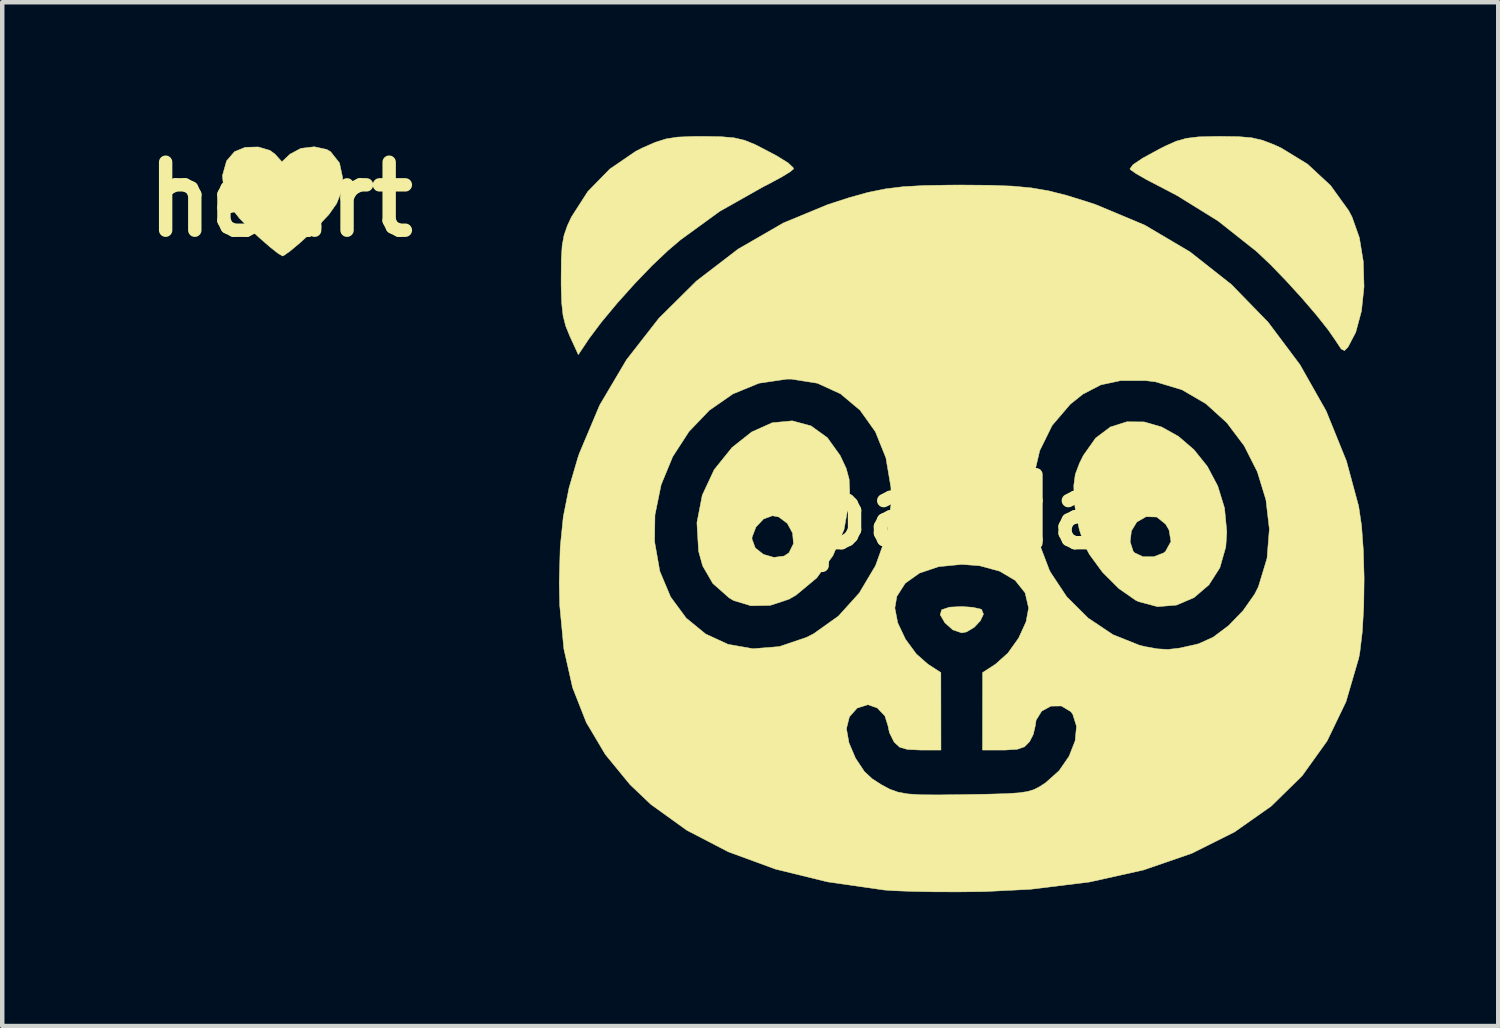
<source format=kicad_pcb>
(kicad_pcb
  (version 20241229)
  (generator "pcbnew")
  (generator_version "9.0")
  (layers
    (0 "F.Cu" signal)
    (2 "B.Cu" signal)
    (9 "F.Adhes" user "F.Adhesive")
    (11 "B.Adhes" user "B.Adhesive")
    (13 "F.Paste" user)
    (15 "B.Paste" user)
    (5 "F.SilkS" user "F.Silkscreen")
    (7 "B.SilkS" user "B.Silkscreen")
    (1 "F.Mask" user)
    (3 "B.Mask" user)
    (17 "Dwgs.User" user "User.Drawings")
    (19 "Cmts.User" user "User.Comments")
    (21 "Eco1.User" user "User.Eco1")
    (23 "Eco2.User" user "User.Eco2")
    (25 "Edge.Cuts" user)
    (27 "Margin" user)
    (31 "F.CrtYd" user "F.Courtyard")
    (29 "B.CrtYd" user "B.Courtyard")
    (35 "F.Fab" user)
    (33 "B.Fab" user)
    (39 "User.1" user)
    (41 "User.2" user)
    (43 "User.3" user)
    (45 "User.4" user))
  (footprint "heart"
    (layer "F.Cu")
    (at 3.237 1.418)
    (property "Reference" "heart" (at 0 0 0) (layer "F.SilkS") (effects (font (size 1.524 1.524) (thickness 0.3))))
    (attr through_hole)
    (fp_poly (pts (xy 1.034 -1.12) (xy 1.119 -1.07) (xy 1.319 -0.817) (xy 1.391 -0.475) (xy 1.348 -0.14) (xy 1.254 0.092) (xy 1.082 0.337) (xy 0.806 0.629) (xy 0.69 0.739) (xy 0.433 0.972) (xy 0.217 1.153) (xy 0.075 1.254) (xy 0.042 1.267) (xy -0.053 1.212) (xy -0.238 1.066) (xy -0.48 0.855) (xy -0.606 0.739) (xy -0.921 0.424) (xy -1.124 0.168) (xy -1.24 -0.064) (xy -1.263 -0.14) (xy -1.304 -0.533) (xy -1.211 -0.863) (xy -1.034 -1.07) (xy -0.793 -1.168) (xy -0.502 -1.176) (xy -0.238 -1.098) (xy -0.126 -1.015) (xy 0.029 -0.844) (xy 0.21 -1.015) (xy 0.452 -1.144) (xy 0.754 -1.18) (xy 1.034 -1.12)) (stroke (width 0.01) (type solid)) (fill yes) (layer "F.SilkS")))
  (footprint "panda"
    (layer "F.Cu")
    (at 18.453 8.419)
    (property "Reference" "panda" (at 0 0 0) (layer "F.SilkS") (effects (font (size 1.524 1.524) (thickness 0.3))))
    (attr through_hole)
    (fp_poly (pts (xy 0.287 2.136) (xy 0.465 2.176) (xy 0.489 2.188) (xy 0.529 2.291) (xy 0.46 2.438) (xy 0.322 2.585) (xy 0.152 2.687) (xy 0.042 2.709) (xy -0.158 2.641) (xy -0.335 2.483) (xy -0.439 2.305) (xy -0.408 2.192) (xy -0.231 2.133) (xy 0.042 2.119) (xy 0.287 2.136)) (stroke (width 0.01) (type solid)) (fill yes) (layer "F.SilkS"))
    (fp_poly (pts (xy 6.244 -8.408) (xy 6.538 -8.383) (xy 6.782 -8.326) (xy 7.037 -8.228) (xy 7.197 -8.155) (xy 7.788 -7.794) (xy 8.306 -7.313) (xy 8.709 -6.754) (xy 8.787 -6.607) (xy 8.951 -6.144) (xy 9.039 -5.608) (xy 9.055 -5.045) (xy 8.998 -4.502) (xy 8.87 -4.026) (xy 8.696 -3.693) (xy 8.618 -3.615) (xy 8.545 -3.649) (xy 8.435 -3.814) (xy 8.433 -3.819) (xy 8.255 -4.076) (xy 7.987 -4.414) (xy 7.66 -4.795) (xy 7.307 -5.182) (xy 6.96 -5.541) (xy 6.651 -5.833) (xy 6.637 -5.845) (xy 5.785 -6.519) (xy 4.869 -7.087) (xy 4.489 -7.286) (xy 4.188 -7.442) (xy 3.956 -7.575) (xy 3.826 -7.665) (xy 3.81 -7.686) (xy 3.881 -7.781) (xy 4.098 -7.927) (xy 4.467 -8.128) (xy 4.614 -8.202) (xy 4.848 -8.306) (xy 5.074 -8.37) (xy 5.347 -8.403) (xy 5.721 -8.413) (xy 5.842 -8.414) (xy 6.244 -8.408)) (stroke (width 0.01) (type solid)) (fill yes) (layer "F.SilkS"))
    (fp_poly (pts (xy -5.348 -8.407) (xy -5.054 -8.381) (xy -4.821 -8.326) (xy -4.594 -8.234) (xy -4.53 -8.202) (xy -4.113 -7.984) (xy -3.849 -7.821) (xy -3.732 -7.711) (xy -3.725 -7.686) (xy -3.796 -7.624) (xy -3.985 -7.508) (xy -4.258 -7.36) (xy -4.404 -7.286) (xy -5.379 -6.735) (xy -6.259 -6.095) (xy -6.541 -5.855) (xy -6.892 -5.523) (xy -7.284 -5.115) (xy -7.677 -4.677) (xy -8.029 -4.254) (xy -8.3 -3.893) (xy -8.324 -3.857) (xy -8.547 -3.524) (xy -8.739 -3.942) (xy -8.831 -4.169) (xy -8.889 -4.401) (xy -8.92 -4.686) (xy -8.932 -5.074) (xy -8.932 -5.249) (xy -8.928 -5.669) (xy -8.909 -5.97) (xy -8.866 -6.201) (xy -8.792 -6.413) (xy -8.702 -6.607) (xy -8.334 -7.179) (xy -7.841 -7.683) (xy -7.264 -8.078) (xy -7.112 -8.155) (xy -6.827 -8.28) (xy -6.584 -8.357) (xy -6.325 -8.398) (xy -5.987 -8.412) (xy -5.757 -8.414) (xy -5.348 -8.407)) (stroke (width 0.01) (type solid)) (fill yes) (layer "F.SilkS"))
    (fp_poly (pts (xy -3.335 -1.928) (xy -2.968 -1.664) (xy -2.681 -1.264) (xy -2.546 -0.977) (xy -2.48 -0.735) (xy -2.468 -0.456) (xy -2.478 -0.253) (xy -2.594 0.393) (xy -2.843 0.979) (xy -3.207 1.479) (xy -3.67 1.864) (xy -3.828 1.955) (xy -4.246 2.093) (xy -4.678 2.102) (xy -5.069 1.984) (xy -5.166 1.926) (xy -5.534 1.602) (xy -5.762 1.208) (xy -5.853 0.878) (xy -5.869 0.605) (xy -4.657 0.605) (xy -4.583 0.806) (xy -4.401 0.95) (xy -4.167 1.018) (xy -3.937 0.988) (xy -3.827 0.914) (xy -3.727 0.711) (xy -3.747 0.474) (xy -3.865 0.256) (xy -4.056 0.113) (xy -4.199 0.085) (xy -4.398 0.158) (xy -4.568 0.338) (xy -4.654 0.563) (xy -4.657 0.605) (xy -5.869 0.605) (xy -5.89 0.241) (xy -5.77 -0.376) (xy -5.503 -0.947) (xy -5.103 -1.444) (xy -4.663 -1.792) (xy -4.204 -1.998) (xy -3.754 -2.041) (xy -3.335 -1.928)) (stroke (width 0.01) (type solid)) (fill yes) (layer "F.SilkS"))
    (fp_poly (pts (xy 4.128 -2.017) (xy 4.52 -1.904) (xy 4.898 -1.693) (xy 5.245 -1.395) (xy 5.545 -1.021) (xy 5.778 -0.581) (xy 5.93 -0.087) (xy 5.981 0.45) (xy 5.958 0.784) (xy 5.825 1.251) (xy 5.579 1.635) (xy 5.246 1.919) (xy 4.854 2.087) (xy 4.43 2.122) (xy 4.003 2.009) (xy 3.937 1.977) (xy 3.562 1.716) (xy 3.198 1.353) (xy 2.902 0.949) (xy 2.787 0.728) (xy 2.768 0.67) (xy 3.815 0.67) (xy 3.884 0.882) (xy 3.912 0.914) (xy 4.101 1.002) (xy 4.348 1.002) (xy 4.567 0.917) (xy 4.608 0.883) (xy 4.73 0.662) (xy 4.687 0.406) (xy 4.61 0.273) (xy 4.412 0.114) (xy 4.173 0.106) (xy 3.965 0.225) (xy 3.844 0.424) (xy 3.815 0.67) (xy 2.768 0.67) (xy 2.677 0.396) (xy 2.594 0.001) (xy 2.563 -0.254) (xy 2.553 -0.59) (xy 2.586 -0.841) (xy 2.681 -1.093) (xy 2.766 -1.264) (xy 3.042 -1.655) (xy 3.372 -1.903) (xy 3.74 -2.02) (xy 4.128 -2.017)) (stroke (width 0.01) (type solid)) (fill yes) (layer "F.SilkS"))
    (fp_poly (pts (xy 0.672 -7.319) (xy 1.177 -7.3) (xy 1.602 -7.26) (xy 1.992 -7.193) (xy 2.392 -7.092) (xy 2.846 -6.951) (xy 3.048 -6.884) (xy 4.142 -6.426) (xy 5.157 -5.826) (xy 6.083 -5.096) (xy 6.907 -4.25) (xy 7.619 -3.3) (xy 8.208 -2.259) (xy 8.661 -1.141) (xy 8.935 -0.127) (xy 9 0.313) (xy 9.04 0.866) (xy 9.057 1.48) (xy 9.049 2.101) (xy 9.017 2.676) (xy 8.96 3.153) (xy 8.937 3.275) (xy 8.651 4.252) (xy 8.228 5.131) (xy 7.669 5.911) (xy 6.976 6.591) (xy 6.152 7.171) (xy 5.198 7.648) (xy 4.116 8.021) (xy 2.909 8.29) (xy 1.577 8.454) (xy 0.554 8.505) (xy -0.002 8.512) (xy -0.558 8.511) (xy -1.068 8.501) (xy -1.487 8.485) (xy -1.693 8.47) (xy -2.963 8.288) (xy -4.13 8.002) (xy -5.185 7.615) (xy -6.119 7.13) (xy -6.923 6.551) (xy -7.389 6.108) (xy -7.942 5.433) (xy -8.285 4.855) (xy -2.54 4.855) (xy -2.484 5.171) (xy -2.338 5.515) (xy -2.139 5.815) (xy -1.964 5.978) (xy -1.753 6.113) (xy -1.57 6.211) (xy -1.385 6.277) (xy -1.165 6.317) (xy -0.877 6.336) (xy -0.49 6.339) (xy 0.029 6.333) (xy 0.127 6.331) (xy 0.653 6.322) (xy 1.039 6.311) (xy 1.315 6.293) (xy 1.51 6.265) (xy 1.655 6.222) (xy 1.78 6.159) (xy 1.913 6.073) (xy 1.923 6.066) (xy 2.224 5.797) (xy 2.448 5.472) (xy 2.583 5.127) (xy 2.614 4.801) (xy 2.529 4.531) (xy 2.485 4.473) (xy 2.275 4.347) (xy 2.041 4.35) (xy 1.834 4.462) (xy 1.709 4.663) (xy 1.693 4.778) (xy 1.645 4.985) (xy 1.562 5.146) (xy 1.45 5.26) (xy 1.287 5.317) (xy 1.019 5.334) (xy 0.969 5.334) (xy 0.508 5.334) (xy 0.51 3.598) (xy 0.8 3.41) (xy 1.078 3.161) (xy 1.318 2.824) (xy 1.484 2.46) (xy 1.541 2.152) (xy 1.463 1.813) (xy 1.241 1.534) (xy 0.894 1.328) (xy 0.442 1.205) (xy 0.042 1.175) (xy -0.477 1.226) (xy -0.905 1.371) (xy -1.223 1.597) (xy -1.411 1.891) (xy -1.456 2.152) (xy -1.391 2.486) (xy -1.218 2.851) (xy -0.974 3.183) (xy -0.716 3.41) (xy -0.425 3.598) (xy -0.423 5.334) (xy -0.884 5.334) (xy -1.172 5.321) (xy -1.347 5.271) (xy -1.462 5.166) (xy -1.477 5.146) (xy -1.578 4.942) (xy -1.609 4.793) (xy -1.679 4.571) (xy -1.848 4.392) (xy -2.059 4.318) (xy -2.06 4.318) (xy -2.3 4.394) (xy -2.474 4.59) (xy -2.54 4.855) (xy -8.285 4.855) (xy -8.368 4.717) (xy -8.675 3.936) (xy -8.871 3.068) (xy -8.964 2.091) (xy -8.975 1.582) (xy -8.953 0.795) (xy -8.94 0.662) (xy -6.839 0.662) (xy -6.721 1.33) (xy -6.479 1.905) (xy -6.131 2.377) (xy -5.695 2.734) (xy -5.191 2.966) (xy -4.634 3.064) (xy -4.044 3.016) (xy -3.438 2.811) (xy -3.277 2.73) (xy -2.721 2.334) (xy -2.253 1.816) (xy -1.889 1.204) (xy -1.647 0.53) (xy -1.556 -0.071) (xy 1.625 -0.071) (xy 1.745 0.618) (xy 2.004 1.298) (xy 2.031 1.352) (xy 2.396 1.902) (xy 2.875 2.378) (xy 3.43 2.749) (xy 4.024 2.986) (xy 4.146 3.016) (xy 4.429 3.067) (xy 4.664 3.08) (xy 4.917 3.051) (xy 5.252 2.977) (xy 5.347 2.954) (xy 5.674 2.807) (xy 6.021 2.546) (xy 6.346 2.21) (xy 6.604 1.843) (xy 6.689 1.675) (xy 6.882 1.039) (xy 6.934 0.384) (xy 6.858 -0.27) (xy 6.665 -0.9) (xy 6.369 -1.484) (xy 5.981 -1.999) (xy 5.513 -2.424) (xy 4.977 -2.737) (xy 4.385 -2.915) (xy 4.157 -2.943) (xy 3.608 -2.943) (xy 3.158 -2.847) (xy 2.757 -2.639) (xy 2.475 -2.414) (xy 2.069 -1.94) (xy 1.79 -1.374) (xy 1.641 -0.743) (xy 1.625 -0.071) (xy -1.556 -0.071) (xy -1.54 -0.177) (xy -1.543 -0.544) (xy -1.656 -1.212) (xy -1.891 -1.796) (xy -2.234 -2.278) (xy -2.672 -2.646) (xy -3.189 -2.883) (xy -3.772 -2.976) (xy -3.874 -2.976) (xy -4.499 -2.884) (xy -5.084 -2.644) (xy -5.612 -2.277) (xy -6.067 -1.802) (xy -6.432 -1.239) (xy -6.692 -0.609) (xy -6.83 0.068) (xy -6.839 0.662) (xy -8.94 0.662) (xy -8.884 0.109) (xy -8.755 -0.538) (xy -8.558 -1.212) (xy -8.524 -1.312) (xy -8.068 -2.394) (xy -7.468 -3.408) (xy -6.741 -4.34) (xy -5.902 -5.172) (xy -4.967 -5.889) (xy -3.952 -6.475) (xy -2.963 -6.884) (xy -2.476 -7.042) (xy -2.06 -7.158) (xy -1.672 -7.237) (xy -1.266 -7.287) (xy -0.797 -7.313) (xy -0.222 -7.323) (xy 0.042 -7.324) (xy 0.672 -7.319)) (stroke (width 0.01) (type solid)) (fill yes) (layer "F.SilkS")))
  (gr_rect
    (start -3 -3)
    (end 30.515 19.936)
    (stroke (width 0.1) (type default))
    (fill no)
    (layer "Edge.Cuts")))
</source>
